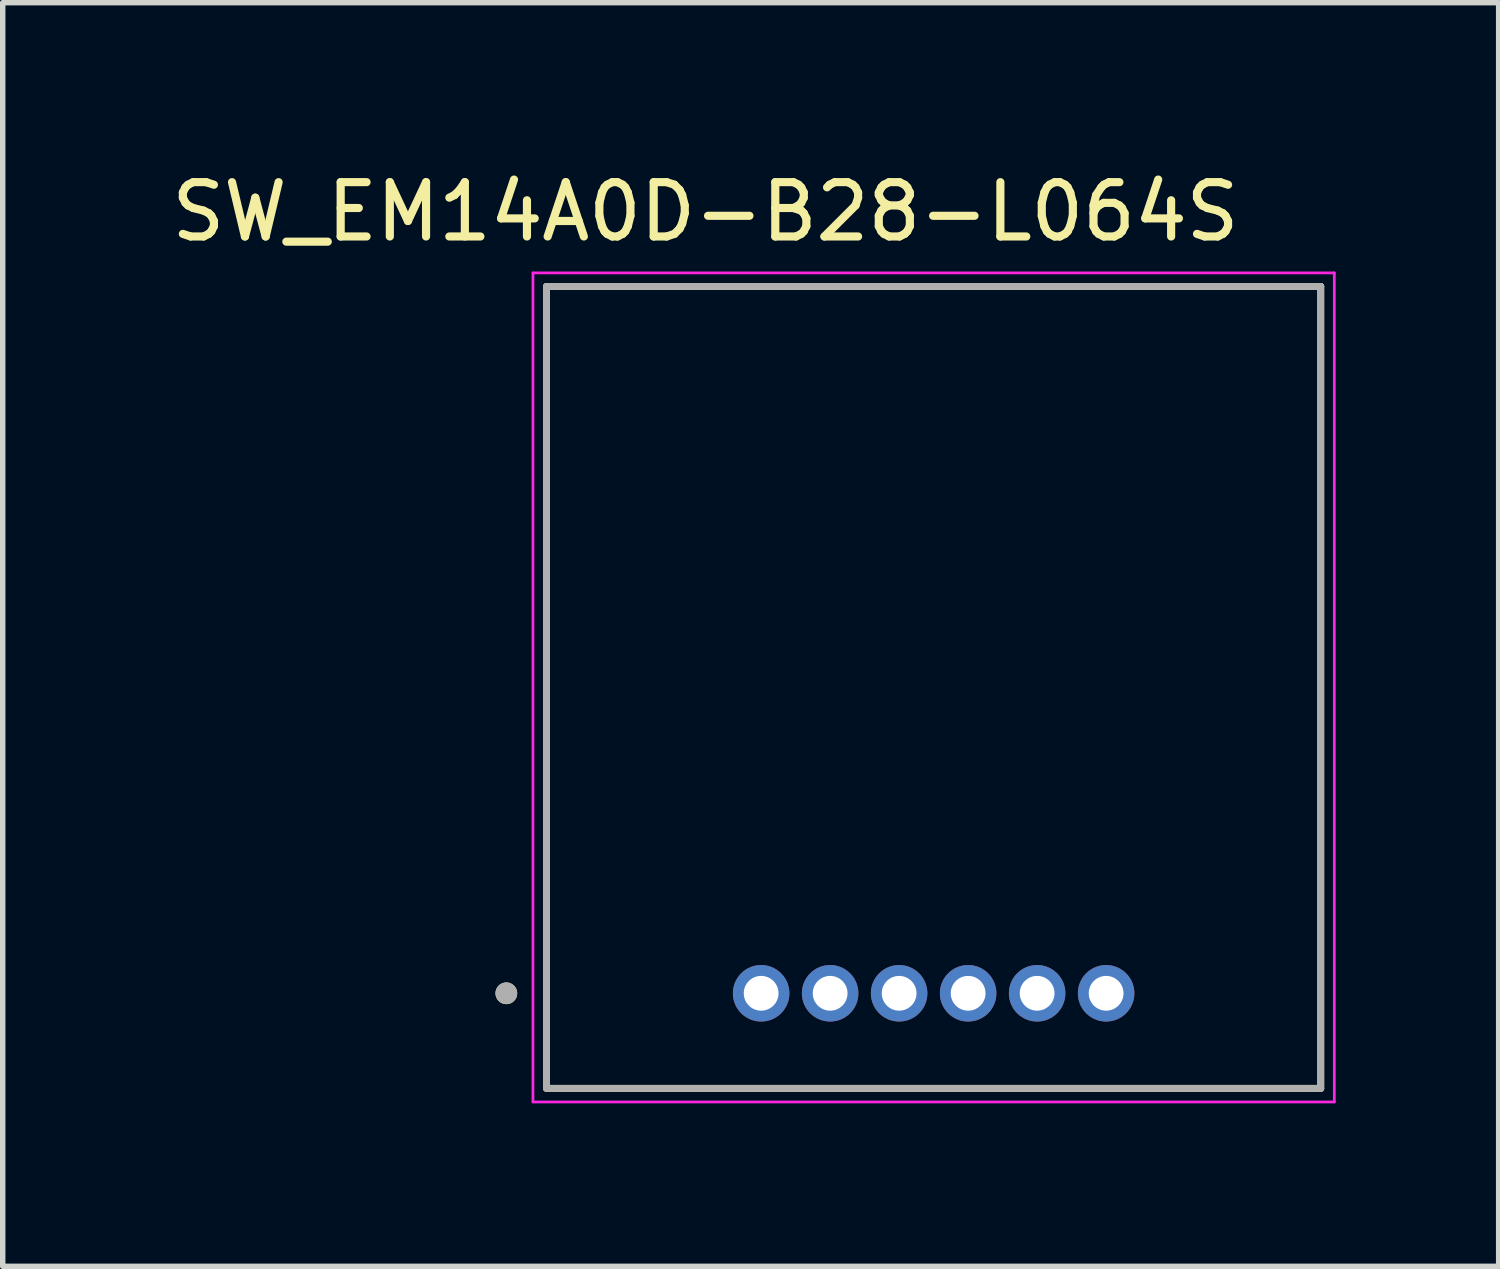
<source format=kicad_pcb>
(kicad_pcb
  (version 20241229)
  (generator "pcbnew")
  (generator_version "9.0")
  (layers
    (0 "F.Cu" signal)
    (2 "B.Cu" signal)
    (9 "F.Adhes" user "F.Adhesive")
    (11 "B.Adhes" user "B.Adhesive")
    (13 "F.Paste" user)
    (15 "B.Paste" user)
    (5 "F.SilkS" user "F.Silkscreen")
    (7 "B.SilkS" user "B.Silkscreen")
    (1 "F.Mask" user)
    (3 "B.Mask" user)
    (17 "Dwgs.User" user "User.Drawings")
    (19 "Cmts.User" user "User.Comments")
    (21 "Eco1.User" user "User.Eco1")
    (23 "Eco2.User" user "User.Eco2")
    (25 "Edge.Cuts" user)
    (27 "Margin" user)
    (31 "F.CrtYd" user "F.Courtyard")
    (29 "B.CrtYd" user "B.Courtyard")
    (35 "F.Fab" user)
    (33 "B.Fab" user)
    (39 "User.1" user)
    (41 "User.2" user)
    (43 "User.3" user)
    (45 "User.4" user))
  (footprint "SW_EM14A0D-B28-L064S"
    (layer "F.Cu")
    (at 14.135 8.983)
    (property "Reference" "SW_EM14A0D-B28-L064S" (at -4.2 -8.135 0) (layer "F.SilkS") (effects (font (size 1 1) (thickness 0.15))))
    (attr through_hole)
    (fp_line (start -7.125 -6.76) (end -7.125 8) (stroke (width 0.127) (type solid)) (layer "F.SilkS"))
    (fp_line (start -7.125 8) (end 7.125 8) (stroke (width 0.127) (type solid)) (layer "F.SilkS"))
    (fp_line (start 7.125 -6.76) (end -7.125 -6.76) (stroke (width 0.127) (type solid)) (layer "F.SilkS"))
    (fp_line (start 7.125 8) (end 7.125 -6.76) (stroke (width 0.127) (type solid)) (layer "F.SilkS"))
    (fp_circle (center -7.865 6.25) (end -7.765 6.25) (stroke (width 0.2) (type solid)) (fill no) (layer "F.SilkS"))
    (fp_line (start -7.375 -7.01) (end -7.375 8.25) (stroke (width 0.05) (type solid)) (layer "F.CrtYd"))
    (fp_line (start -7.375 8.25) (end 7.375 8.25) (stroke (width 0.05) (type solid)) (layer "F.CrtYd"))
    (fp_line (start 7.375 -7.01) (end -7.375 -7.01) (stroke (width 0.05) (type solid)) (layer "F.CrtYd"))
    (fp_line (start 7.375 8.25) (end 7.375 -7.01) (stroke (width 0.05) (type solid)) (layer "F.CrtYd"))
    (fp_line (start -7.125 -6.76) (end -7.125 8) (stroke (width 0.127) (type solid)) (layer "F.Fab"))
    (fp_line (start -7.125 8) (end 7.125 8) (stroke (width 0.127) (type solid)) (layer "F.Fab"))
    (fp_line (start 7.125 -6.76) (end -7.125 -6.76) (stroke (width 0.127) (type solid)) (layer "F.Fab"))
    (fp_line (start 7.125 8) (end 7.125 -6.76) (stroke (width 0.127) (type solid)) (layer "F.Fab"))
    (fp_circle (center -7.865 6.25) (end -7.765 6.25) (stroke (width 0.2) (type solid)) (fill no) (layer "F.Fab"))
    (pad "+" thru_hole circle (at -1.905 6.25) (size 1.04 1.04) (drill 0.64) (layers "*.Cu" "*.Mask"))
    (pad "-" thru_hole circle (at 3.175 6.25) (size 1.04 1.04) (drill 0.64) (layers "*.Cu" "*.Mask"))
    (pad "1" thru_hole circle (at 0.635 6.25) (size 1.04 1.04) (drill 0.64) (layers "*.Cu" "*.Mask"))
    (pad "2" thru_hole circle (at -0.635 6.25) (size 1.04 1.04) (drill 0.64) (layers "*.Cu" "*.Mask"))
    (pad "A" thru_hole circle (at 1.905 6.25) (size 1.04 1.04) (drill 0.64) (layers "*.Cu" "*.Mask"))
    (pad "B" thru_hole circle (at -3.175 6.25) (size 1.04 1.04) (drill 0.64) (layers "*.Cu" "*.Mask")))
  (gr_rect
    (start -3 -3)
    (end 24.535 20.258)
    (stroke (width 0.1) (type default))
    (fill no)
    (layer "Edge.Cuts")))
</source>
